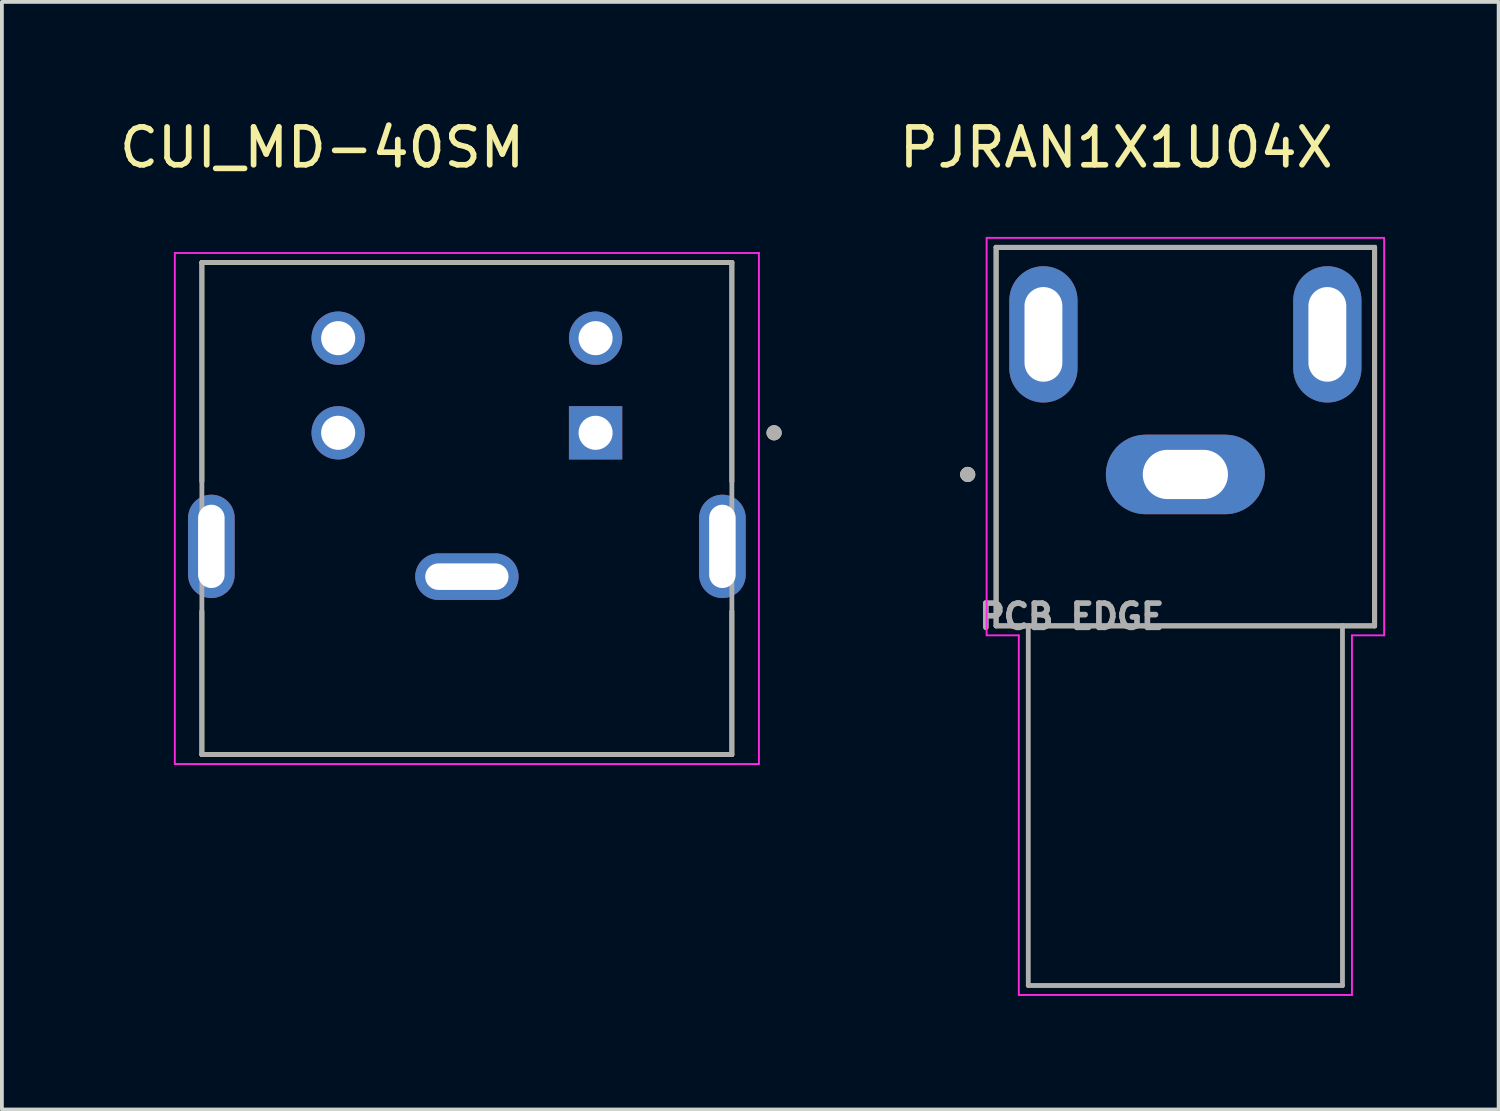
<source format=kicad_pcb>
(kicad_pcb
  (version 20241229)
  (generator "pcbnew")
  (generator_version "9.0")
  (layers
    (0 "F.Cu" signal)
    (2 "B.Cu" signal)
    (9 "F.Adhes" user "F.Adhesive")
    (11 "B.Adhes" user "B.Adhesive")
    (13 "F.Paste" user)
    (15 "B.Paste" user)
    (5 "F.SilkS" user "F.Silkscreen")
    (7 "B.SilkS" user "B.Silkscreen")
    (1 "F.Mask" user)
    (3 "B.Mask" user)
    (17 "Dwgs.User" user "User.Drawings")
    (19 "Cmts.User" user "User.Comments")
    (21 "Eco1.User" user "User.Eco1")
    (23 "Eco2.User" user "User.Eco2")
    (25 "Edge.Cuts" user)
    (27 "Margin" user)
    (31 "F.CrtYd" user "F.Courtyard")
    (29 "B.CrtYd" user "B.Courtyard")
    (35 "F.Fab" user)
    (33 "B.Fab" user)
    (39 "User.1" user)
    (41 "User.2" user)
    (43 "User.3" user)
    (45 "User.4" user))
  (footprint "CUI_MD-40SM"
    (layer "F.Cu")
    (at 9.283 12.183)
    (property "Reference" "CUI_MD-40SM" (at -3.825 -11.335 0) (layer "F.SilkS") (effects (font (size 1 1) (thickness 0.15))))
    (attr through_hole)
    (fp_line (start -7 -8.3) (end 7 -8.3) (stroke (width 0.127) (type solid)) (layer "F.SilkS"))
    (fp_line (start -7 -2.515) (end -7 -8.3) (stroke (width 0.127) (type solid)) (layer "F.SilkS"))
    (fp_line (start -7 4.7) (end -7 0.915) (stroke (width 0.127) (type solid)) (layer "F.SilkS"))
    (fp_line (start 7 -8.3) (end 7 -2.515) (stroke (width 0.127) (type solid)) (layer "F.SilkS"))
    (fp_line (start 7 4.7) (end -7 4.7) (stroke (width 0.127) (type solid)) (layer "F.SilkS"))
    (fp_line (start 7 4.7) (end 7 0.915) (stroke (width 0.127) (type solid)) (layer "F.SilkS"))
    (fp_circle (center 8.115 -3.8) (end 8.215 -3.8) (stroke (width 0.2) (type solid)) (fill no) (layer "F.SilkS"))
    (fp_line (start -7.715 -8.55) (end -7.715 4.95) (stroke (width 0.05) (type solid)) (layer "F.CrtYd"))
    (fp_line (start -7.715 4.95) (end 7.715 4.95) (stroke (width 0.05) (type solid)) (layer "F.CrtYd"))
    (fp_line (start 7.715 -8.55) (end -7.715 -8.55) (stroke (width 0.05) (type solid)) (layer "F.CrtYd"))
    (fp_line (start 7.715 4.95) (end 7.715 -8.55) (stroke (width 0.05) (type solid)) (layer "F.CrtYd"))
    (fp_line (start -7 -8.3) (end 7 -8.3) (stroke (width 0.127) (type solid)) (layer "F.Fab"))
    (fp_line (start -7 4.7) (end -7 -8.3) (stroke (width 0.127) (type solid)) (layer "F.Fab"))
    (fp_line (start 7 -8.3) (end 7 4.7) (stroke (width 0.127) (type solid)) (layer "F.Fab"))
    (fp_line (start 7 4.7) (end -7 4.7) (stroke (width 0.127) (type solid)) (layer "F.Fab"))
    (fp_circle (center 8.115 -3.8) (end 8.215 -3.8) (stroke (width 0.2) (type solid)) (fill no) (layer "F.Fab"))
    (pad "1" thru_hole rect (at 3.4 -3.8) (size 1.408 1.408) (drill 0.9) (layers "*.Cu" "*.Mask"))
    (pad "2" thru_hole circle (at -3.4 -3.8) (size 1.408 1.408) (drill 0.9) (layers "*.Cu" "*.Mask"))
    (pad "3" thru_hole circle (at 3.4 -6.3) (size 1.408 1.408) (drill 0.9) (layers "*.Cu" "*.Mask"))
    (pad "4" thru_hole circle (at -3.4 -6.3) (size 1.408 1.408) (drill 0.9) (layers "*.Cu" "*.Mask"))
    (pad "S1" thru_hole oval (at 0 0) (size 2.73 1.23) (drill oval 2.2 0.7) (layers "*.Cu" "*.Mask"))
    (pad "S2" thru_hole oval (at -6.75 -0.8) (size 1.23 2.73) (drill oval 0.7 2.2) (layers "*.Cu" "*.Mask"))
    (pad "S3" thru_hole oval (at 6.75 -0.8) (size 1.23 2.73) (drill oval 0.7 2.2) (layers "*.Cu" "*.Mask")))
  (footprint "PJRAN1X1U04X"
    (layer "F.Cu")
    (at 28.263 9.483)
    (property "Reference" "PJRAN1X1U04X" (at -1.825 -8.635 0) (layer "F.SilkS") (effects (font (size 1 1) (thickness 0.15))))
    (attr through_hole)
    (fp_line (start -5 -6) (end -5 4) (stroke (width 0.127) (type solid)) (layer "F.SilkS"))
    (fp_line (start -5 4) (end 5 4) (stroke (width 0.127) (type solid)) (layer "F.SilkS"))
    (fp_line (start 5 -6) (end -5 -6) (stroke (width 0.127) (type solid)) (layer "F.SilkS"))
    (fp_line (start 5 4) (end 5 -6) (stroke (width 0.127) (type solid)) (layer "F.SilkS"))
    (fp_circle (center -5.75 0) (end -5.65 0) (stroke (width 0.2) (type solid)) (fill no) (layer "F.SilkS"))
    (fp_line (start -5.25 -6.25) (end -5.25 4.25) (stroke (width 0.05) (type solid)) (layer "F.CrtYd"))
    (fp_line (start -5.25 4.25) (end -4.4 4.25) (stroke (width 0.05) (type solid)) (layer "F.CrtYd"))
    (fp_line (start -4.4 4.25) (end -4.4 13.75) (stroke (width 0.05) (type solid)) (layer "F.CrtYd"))
    (fp_line (start -4.4 13.75) (end 4.4 13.75) (stroke (width 0.05) (type solid)) (layer "F.CrtYd"))
    (fp_line (start 4.4 4.25) (end 5.25 4.25) (stroke (width 0.05) (type solid)) (layer "F.CrtYd"))
    (fp_line (start 4.4 13.75) (end 4.4 4.25) (stroke (width 0.05) (type solid)) (layer "F.CrtYd"))
    (fp_line (start 5.25 -6.25) (end -5.25 -6.25) (stroke (width 0.05) (type solid)) (layer "F.CrtYd"))
    (fp_line (start 5.25 4.25) (end 5.25 -6.25) (stroke (width 0.05) (type solid)) (layer "F.CrtYd"))
    (fp_line (start -5 -6) (end -5 4) (stroke (width 0.127) (type solid)) (layer "F.Fab"))
    (fp_line (start -5 4) (end -4.15 4) (stroke (width 0.127) (type solid)) (layer "F.Fab"))
    (fp_line (start -4.15 4) (end -4.15 13.5) (stroke (width 0.127) (type solid)) (layer "F.Fab"))
    (fp_line (start -4.15 4) (end 4.15 4) (stroke (width 0.127) (type solid)) (layer "F.Fab"))
    (fp_line (start -4.15 13.5) (end 4.15 13.5) (stroke (width 0.127) (type solid)) (layer "F.Fab"))
    (fp_line (start 4.15 4) (end 5 4) (stroke (width 0.127) (type solid)) (layer "F.Fab"))
    (fp_line (start 4.15 13.5) (end 4.15 4) (stroke (width 0.127) (type solid)) (layer "F.Fab"))
    (fp_line (start 5 -6) (end -5 -6) (stroke (width 0.127) (type solid)) (layer "F.Fab"))
    (fp_line (start 5 4) (end 5 -6) (stroke (width 0.127) (type solid)) (layer "F.Fab"))
    (fp_circle (center -5.75 0) (end -5.65 0) (stroke (width 0.2) (type solid)) (fill no) (layer "F.Fab"))
    (fp_text user "PCB EDGE" (at -3 3.75 0) (layer "F.Fab") (effects (font (size 0.64 0.64) (thickness 0.15))))
    (pad "1" thru_hole oval (at 0 0) (size 4.2 2.1) (drill oval 2.25 1.3) (layers "*.Cu" "*.Mask"))
    (pad "2" thru_hole oval (at -3.75 -3.7) (size 1.8 3.6) (drill oval 1 2.5) (layers "*.Cu" "*.Mask"))
    (pad "3" thru_hole oval (at 3.75 -3.7) (size 1.8 3.6) (drill oval 1 2.5) (layers "*.Cu" "*.Mask")))
  (gr_rect
    (start -3 -3)
    (end 36.538 26.258)
    (stroke (width 0.1) (type default))
    (fill no)
    (layer "Edge.Cuts")))
</source>
